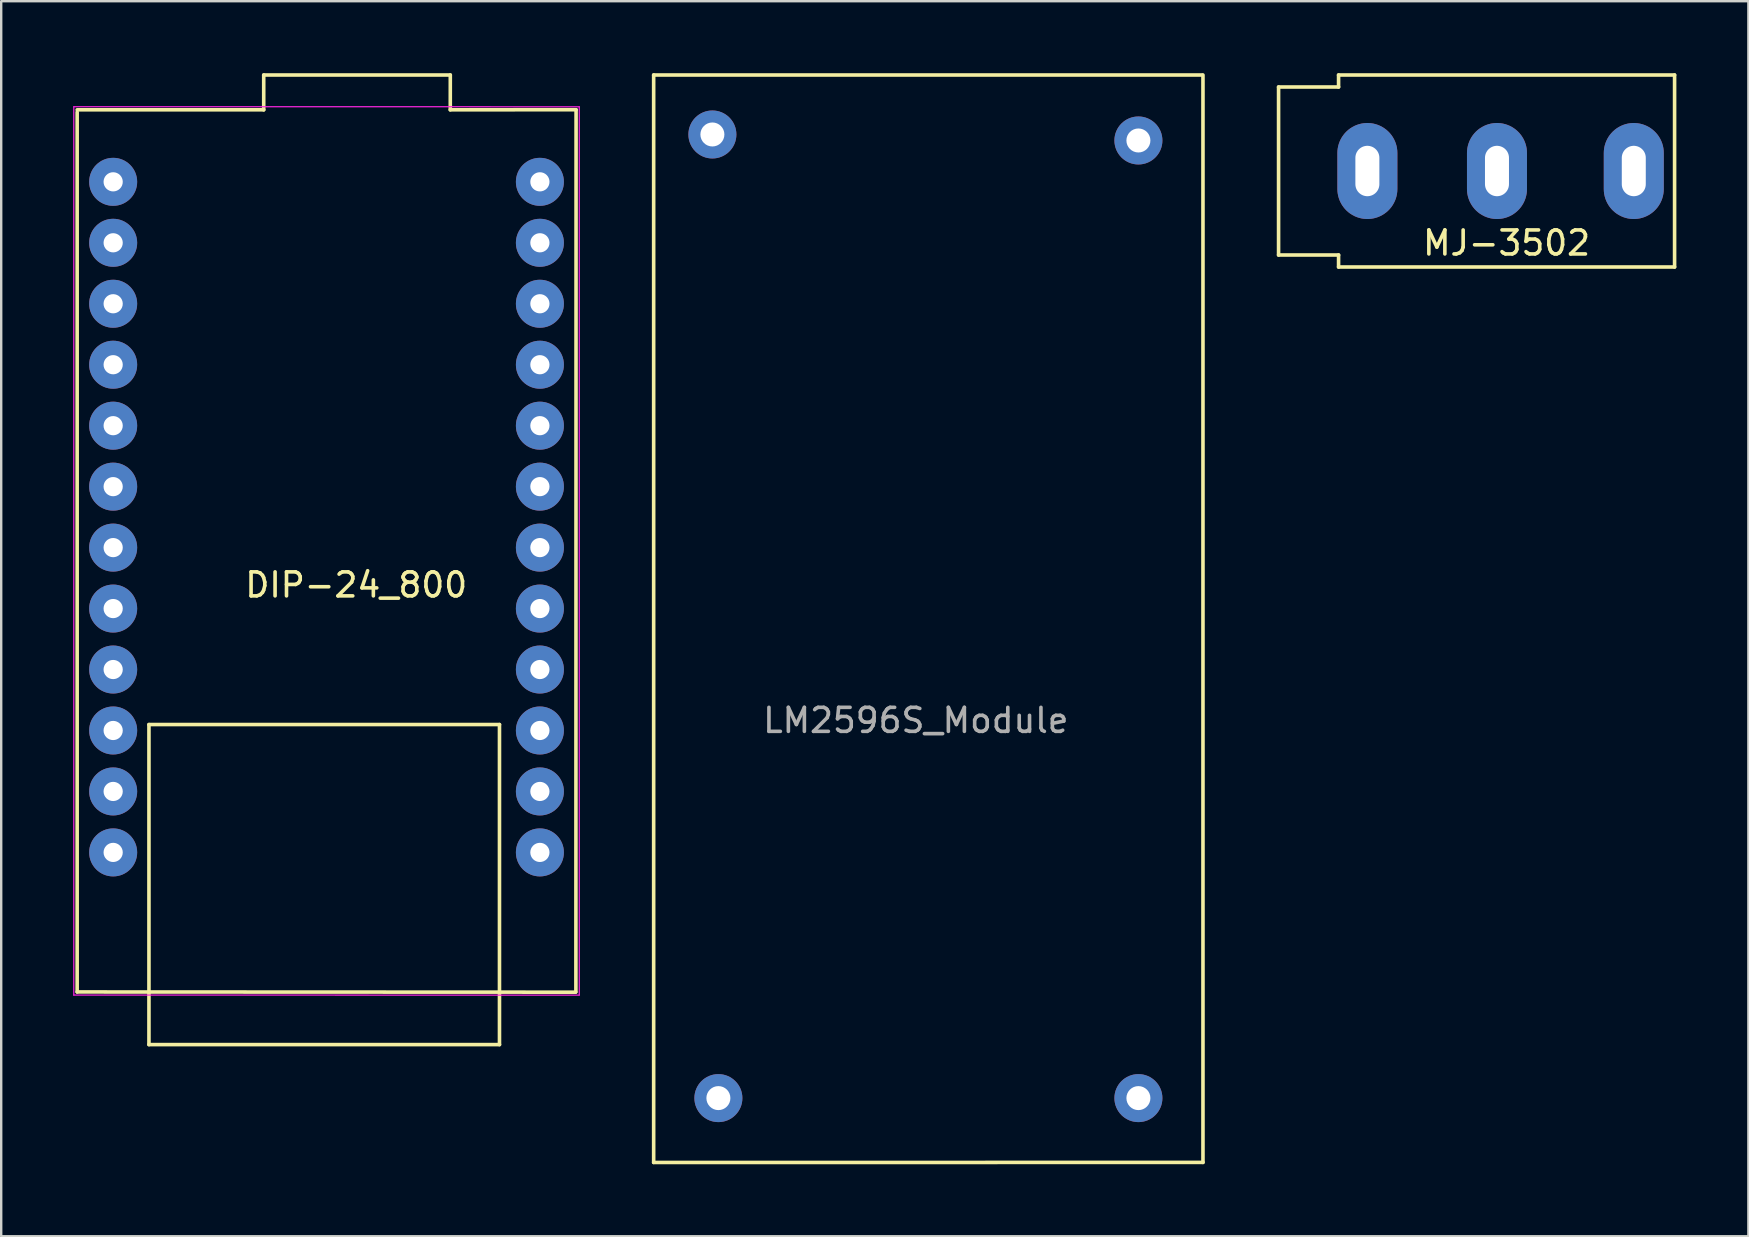
<source format=kicad_pcb>
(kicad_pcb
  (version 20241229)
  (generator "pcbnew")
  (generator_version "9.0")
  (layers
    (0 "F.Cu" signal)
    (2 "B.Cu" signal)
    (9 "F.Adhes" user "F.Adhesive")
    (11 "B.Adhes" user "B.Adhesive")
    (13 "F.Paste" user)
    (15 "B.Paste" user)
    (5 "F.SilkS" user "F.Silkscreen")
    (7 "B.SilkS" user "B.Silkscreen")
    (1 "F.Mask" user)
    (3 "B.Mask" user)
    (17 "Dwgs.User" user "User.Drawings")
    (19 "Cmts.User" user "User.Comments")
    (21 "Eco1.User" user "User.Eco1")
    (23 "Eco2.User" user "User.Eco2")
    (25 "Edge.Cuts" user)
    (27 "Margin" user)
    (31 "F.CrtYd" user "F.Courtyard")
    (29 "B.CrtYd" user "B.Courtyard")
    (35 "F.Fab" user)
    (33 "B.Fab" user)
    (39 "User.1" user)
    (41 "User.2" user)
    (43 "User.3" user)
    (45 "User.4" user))
  (footprint "DIP-24_800"
    (layer "F.Cu")
    (at 10.166 18.122)
    (property "Reference" "DIP-24_800" (at 1.626 3.2 0) (layer "F.SilkS") (effects (font (size 1 1) (thickness 0.15))))
    (attr through_hole)
    (fp_line (start -10.001 20.158) (end 10.77 20.168) (stroke (width 0.15) (type solid)) (layer "F.SilkS"))
    (fp_line (start -10.001 -16.5) (end -10.001 20.158) (stroke (width 0.15) (type solid)) (layer "F.SilkS"))
    (fp_line (start -7.01 9.017) (end -7.01 22.352) (stroke (width 0.15) (type solid)) (layer "F.SilkS"))
    (fp_line (start -7.01 22.352) (end 7.595 22.352) (stroke (width 0.15) (type solid)) (layer "F.SilkS"))
    (fp_line (start -2.228 -18.046) (end -2.228 -16.596) (stroke (width 0.15) (type solid)) (layer "F.SilkS"))
    (fp_line (start -2.228 -16.596) (end -10.001 -16.596) (stroke (width 0.15) (type solid)) (layer "F.SilkS"))
    (fp_line (start 5.545 -18.046) (end -2.228 -18.046) (stroke (width 0.15) (type solid)) (layer "F.SilkS"))
    (fp_line (start 5.545 -16.596) (end 5.546 -18.047) (stroke (width 0.15) (type solid)) (layer "F.SilkS"))
    (fp_line (start 7.595 9.017) (end -7.01 9.017) (stroke (width 0.15) (type solid)) (layer "F.SilkS"))
    (fp_line (start 7.595 22.352) (end 7.595 9.017) (stroke (width 0.15) (type solid)) (layer "F.SilkS"))
    (fp_line (start 10.779 20.158) (end 10.787 -16.596) (stroke (width 0.15) (type solid)) (layer "F.SilkS"))
    (fp_line (start 10.787 -16.601) (end 5.545 -16.596) (stroke (width 0.15) (type solid)) (layer "F.SilkS"))
    (fp_line (start -10.141 -16.726) (end 10.917 -16.723) (stroke (width 0.05) (type solid)) (layer "F.CrtYd"))
    (fp_line (start -10.141 20.288) (end -10.141 -16.72) (stroke (width 0.05) (type solid)) (layer "F.CrtYd"))
    (fp_line (start 10.917 20.29) (end -10.141 20.288) (stroke (width 0.05) (type solid)) (layer "F.CrtYd"))
    (fp_line (start 10.919 -16.72) (end 10.919 20.288) (stroke (width 0.05) (type solid)) (layer "F.CrtYd"))
    (pad "1" thru_hole circle (at -8.501 -13.596 270) (size 2 2) (drill 0.8) (layers "*.Cu" "*.Mask"))
    (pad "2" thru_hole circle (at -8.501 -11.056 270) (size 2 2) (drill 0.8) (layers "*.Cu" "*.Mask"))
    (pad "3" thru_hole circle (at -8.501 -8.516 270) (size 2 2) (drill 0.8) (layers "*.Cu" "*.Mask"))
    (pad "4" thru_hole circle (at -8.501 -5.976 270) (size 2 2) (drill 0.8) (layers "*.Cu" "*.Mask"))
    (pad "5" thru_hole circle (at -8.501 -3.436 270) (size 2 2) (drill 0.8) (layers "*.Cu" "*.Mask"))
    (pad "6" thru_hole circle (at -8.501 -0.896 270) (size 2 2) (drill 0.8) (layers "*.Cu" "*.Mask"))
    (pad "7" thru_hole circle (at -8.501 1.644 270) (size 2 2) (drill 0.8) (layers "*.Cu" "*.Mask"))
    (pad "8" thru_hole circle (at -8.501 4.184 270) (size 2 2) (drill 0.8) (layers "*.Cu" "*.Mask"))
    (pad "9" thru_hole circle (at -8.501 6.724 270) (size 2 2) (drill 0.8) (layers "*.Cu" "*.Mask"))
    (pad "10" thru_hole circle (at -8.501 9.264 270) (size 2 2) (drill 0.8) (layers "*.Cu" "*.Mask"))
    (pad "11" thru_hole circle (at -8.501 11.804 270) (size 2 2) (drill 0.8) (layers "*.Cu" "*.Mask"))
    (pad "12" thru_hole circle (at -8.501 14.344 270) (size 2 2) (drill 0.8) (layers "*.Cu" "*.Mask"))
    (pad "13" thru_hole circle (at 9.279 14.344 270) (size 2 2) (drill 0.8) (layers "*.Cu" "*.Mask"))
    (pad "14" thru_hole circle (at 9.279 11.804 270) (size 2 2) (drill 0.8) (layers "*.Cu" "*.Mask"))
    (pad "15" thru_hole circle (at 9.279 9.264 270) (size 2 2) (drill 0.8) (layers "*.Cu" "*.Mask"))
    (pad "16" thru_hole circle (at 9.279 6.724 270) (size 2 2) (drill 0.8) (layers "*.Cu" "*.Mask"))
    (pad "17" thru_hole circle (at 9.279 4.184 270) (size 2 2) (drill 0.8) (layers "*.Cu" "*.Mask"))
    (pad "18" thru_hole circle (at 9.279 1.644 270) (size 2 2) (drill 0.8) (layers "*.Cu" "*.Mask"))
    (pad "19" thru_hole circle (at 9.279 -0.896 270) (size 2 2) (drill 0.8) (layers "*.Cu" "*.Mask"))
    (pad "20" thru_hole circle (at 9.279 -3.436 270) (size 2 2) (drill 0.8) (layers "*.Cu" "*.Mask"))
    (pad "21" thru_hole circle (at 9.279 -5.976 270) (size 2 2) (drill 0.8) (layers "*.Cu" "*.Mask"))
    (pad "22" thru_hole circle (at 9.279 -8.516 270) (size 2 2) (drill 0.8) (layers "*.Cu" "*.Mask"))
    (pad "23" thru_hole circle (at 9.279 -11.056 270) (size 2 2) (drill 0.8) (layers "*.Cu" "*.Mask"))
    (pad "24" thru_hole circle (at 9.279 -13.596 270) (size 2 2) (drill 0.8) (layers "*.Cu" "*.Mask")))
  (footprint "LM2596S_Module"
    (layer "F.Cu")
    (at 35.082 24.503)
    (property "Reference" "LM2596S_Module" (at 0.025 2.464 0) (layer "F.Fab") (effects (font (size 1 1) (thickness 0.15))))
    (attr through_hole)
    (fp_line (start -10.897 -24.428) (end -10.897 20.879) (stroke (width 0.15) (type solid)) (layer "F.SilkS"))
    (fp_line (start -10.897 20.882) (end 11.99 20.879) (stroke (width 0.15) (type solid)) (layer "F.SilkS"))
    (fp_line (start 11.95 -24.428) (end -10.897 -24.428) (stroke (width 0.15) (type solid)) (layer "F.SilkS"))
    (fp_line (start 11.99 20.879) (end 11.99 -24.428) (stroke (width 0.15) (type solid)) (layer "F.SilkS"))
    (pad "1" thru_hole circle (at 9.3 -21.7) (size 2 2) (drill 1) (layers "*.Cu" "*.Mask"))
    (pad "2" thru_hole circle (at -8.45 -21.95) (size 2 2) (drill 1) (layers "*.Cu" "*.Mask"))
    (pad "2" thru_hole circle (at -8.2 18.2) (size 2 2) (drill 1) (layers "*.Cu" "*.Mask"))
    (pad "3" thru_hole circle (at 9.3 18.2) (size 2 2) (drill 1) (layers "*.Cu" "*.Mask")))
  (footprint "MJ-3502"
    (layer "F.Cu")
    (at 52.722 8.075)
    (property "Reference" "MJ-3502" (at 7 -1 0) (layer "F.SilkS") (effects (font (size 1 1) (thickness 0.15))))
    (attr through_hole)
    (fp_line (start -2.5 -7.5) (end 0 -7.5) (stroke (width 0.15) (type solid)) (layer "F.SilkS"))
    (fp_line (start -2.5 -0.5) (end -2.5 -7.5) (stroke (width 0.15) (type solid)) (layer "F.SilkS"))
    (fp_line (start 0 -8) (end 0 -7.5) (stroke (width 0.15) (type solid)) (layer "F.SilkS"))
    (fp_line (start 0 -8) (end 14 -8) (stroke (width 0.15) (type solid)) (layer "F.SilkS"))
    (fp_line (start 0 -0.5) (end -2.5 -0.5) (stroke (width 0.15) (type solid)) (layer "F.SilkS"))
    (fp_line (start 0 0) (end 0 -0.5) (stroke (width 0.15) (type solid)) (layer "F.SilkS"))
    (fp_line (start 0 0) (end 14 0) (stroke (width 0.15) (type solid)) (layer "F.SilkS"))
    (fp_line (start 14 -8) (end 14 0) (stroke (width 0.15) (type solid)) (layer "F.SilkS"))
    (pad "1" thru_hole oval (at 1.2 -4) (size 2.5 4) (drill oval 1 2.1) (layers "*.Cu" "*.Mask"))
    (pad "2" thru_hole oval (at 6.6 -4) (size 2.5 4) (drill oval 1 2.1) (layers "*.Cu" "*.Mask"))
    (pad "3" thru_hole oval (at 12.3 -4) (size 2.5 4) (drill oval 1 2.1) (layers "*.Cu" "*.Mask")))
  (gr_rect
    (start -3 -3)
    (end 69.797 48.46)
    (stroke (width 0.1) (type default))
    (fill no)
    (layer "Edge.Cuts")))
</source>
